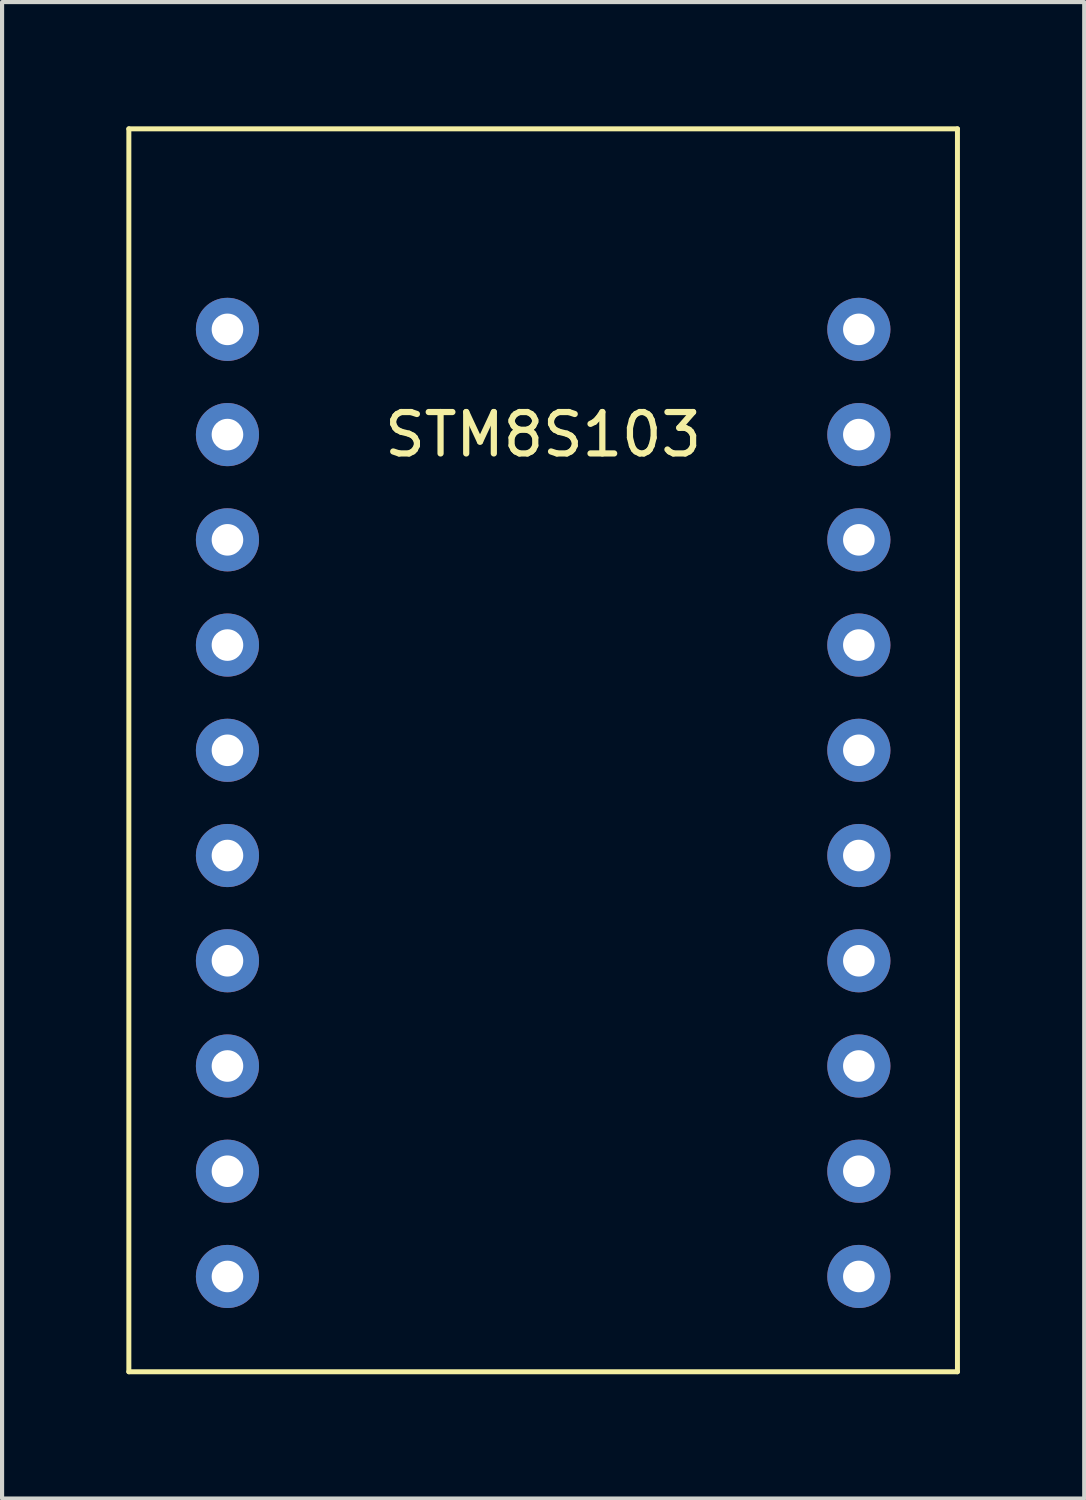
<source format=kicad_pcb>
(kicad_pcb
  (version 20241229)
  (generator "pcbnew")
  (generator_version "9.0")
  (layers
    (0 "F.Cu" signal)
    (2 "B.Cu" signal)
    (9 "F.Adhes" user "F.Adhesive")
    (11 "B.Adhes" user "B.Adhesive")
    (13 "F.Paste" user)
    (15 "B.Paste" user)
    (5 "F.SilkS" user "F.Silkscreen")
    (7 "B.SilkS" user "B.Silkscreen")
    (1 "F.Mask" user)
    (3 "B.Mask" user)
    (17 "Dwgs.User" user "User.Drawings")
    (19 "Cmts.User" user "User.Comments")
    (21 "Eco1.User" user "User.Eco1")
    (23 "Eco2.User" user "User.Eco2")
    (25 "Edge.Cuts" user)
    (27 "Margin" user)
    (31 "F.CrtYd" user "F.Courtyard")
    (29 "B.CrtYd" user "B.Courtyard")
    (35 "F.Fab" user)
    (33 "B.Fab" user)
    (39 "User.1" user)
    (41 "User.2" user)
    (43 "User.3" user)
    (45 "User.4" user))
  (footprint "STM8S103"
    (layer "F.Cu")
    (at 10.06 15.06)
    (property "Reference" "STM8S103" (at 0 -7.62 0) (layer "F.SilkS") (effects (font (size 1 1) (thickness 0.15))))
    (attr through_hole)
    (fp_line (start -10 -15) (end 10 -15) (stroke (width 0.12) (type solid)) (layer "F.SilkS"))
    (fp_line (start -10 15) (end -10 -15) (stroke (width 0.12) (type solid)) (layer "F.SilkS"))
    (fp_line (start 10 -15) (end 10 15) (stroke (width 0.12) (type solid)) (layer "F.SilkS"))
    (fp_line (start 10 15) (end -10 15) (stroke (width 0.12) (type solid)) (layer "F.SilkS"))
    (pad "1" thru_hole circle (at -7.62 -10.16) (size 1.524 1.524) (drill 0.762) (layers "*.Cu" "*.Mask"))
    (pad "2" thru_hole circle (at -7.62 -7.62) (size 1.524 1.524) (drill 0.762) (layers "*.Cu" "*.Mask"))
    (pad "3" thru_hole circle (at -7.62 -5.08) (size 1.524 1.524) (drill 0.762) (layers "*.Cu" "*.Mask"))
    (pad "4" thru_hole circle (at -7.62 -2.54) (size 1.524 1.524) (drill 0.762) (layers "*.Cu" "*.Mask"))
    (pad "5" thru_hole circle (at -7.62 0) (size 1.524 1.524) (drill 0.762) (layers "*.Cu" "*.Mask"))
    (pad "6" thru_hole circle (at -7.62 2.54) (size 1.524 1.524) (drill 0.762) (layers "*.Cu" "*.Mask"))
    (pad "7" thru_hole circle (at -7.62 5.08) (size 1.524 1.524) (drill 0.762) (layers "*.Cu" "*.Mask"))
    (pad "8" thru_hole circle (at -7.62 7.62) (size 1.524 1.524) (drill 0.762) (layers "*.Cu" "*.Mask"))
    (pad "9" thru_hole circle (at -7.62 10.16) (size 1.524 1.524) (drill 0.762) (layers "*.Cu" "*.Mask"))
    (pad "10" thru_hole circle (at -7.62 12.7) (size 1.524 1.524) (drill 0.762) (layers "*.Cu" "*.Mask"))
    (pad "11" thru_hole circle (at 7.62 12.7) (size 1.524 1.524) (drill 0.762) (layers "*.Cu" "*.Mask"))
    (pad "12" thru_hole circle (at 7.62 10.16) (size 1.524 1.524) (drill 0.762) (layers "*.Cu" "*.Mask"))
    (pad "13" thru_hole circle (at 7.62 7.62) (size 1.524 1.524) (drill 0.762) (layers "*.Cu" "*.Mask"))
    (pad "14" thru_hole circle (at 7.62 5.08) (size 1.524 1.524) (drill 0.762) (layers "*.Cu" "*.Mask"))
    (pad "15" thru_hole circle (at 7.62 2.54) (size 1.524 1.524) (drill 0.762) (layers "*.Cu" "*.Mask"))
    (pad "16" thru_hole circle (at 7.62 0) (size 1.524 1.524) (drill 0.762) (layers "*.Cu" "*.Mask"))
    (pad "17" thru_hole circle (at 7.62 -2.54) (size 1.524 1.524) (drill 0.762) (layers "*.Cu" "*.Mask"))
    (pad "18" thru_hole circle (at 7.62 -5.08) (size 1.524 1.524) (drill 0.762) (layers "*.Cu" "*.Mask"))
    (pad "19" thru_hole circle (at 7.62 -7.62) (size 1.524 1.524) (drill 0.762) (layers "*.Cu" "*.Mask"))
    (pad "20" thru_hole circle (at 7.62 -10.16) (size 1.524 1.524) (drill 0.762) (layers "*.Cu" "*.Mask")))
  (gr_rect
    (start -3 -3)
    (end 23.12 33.12)
    (stroke (width 0.1) (type default))
    (fill no)
    (layer "Edge.Cuts")))
</source>
